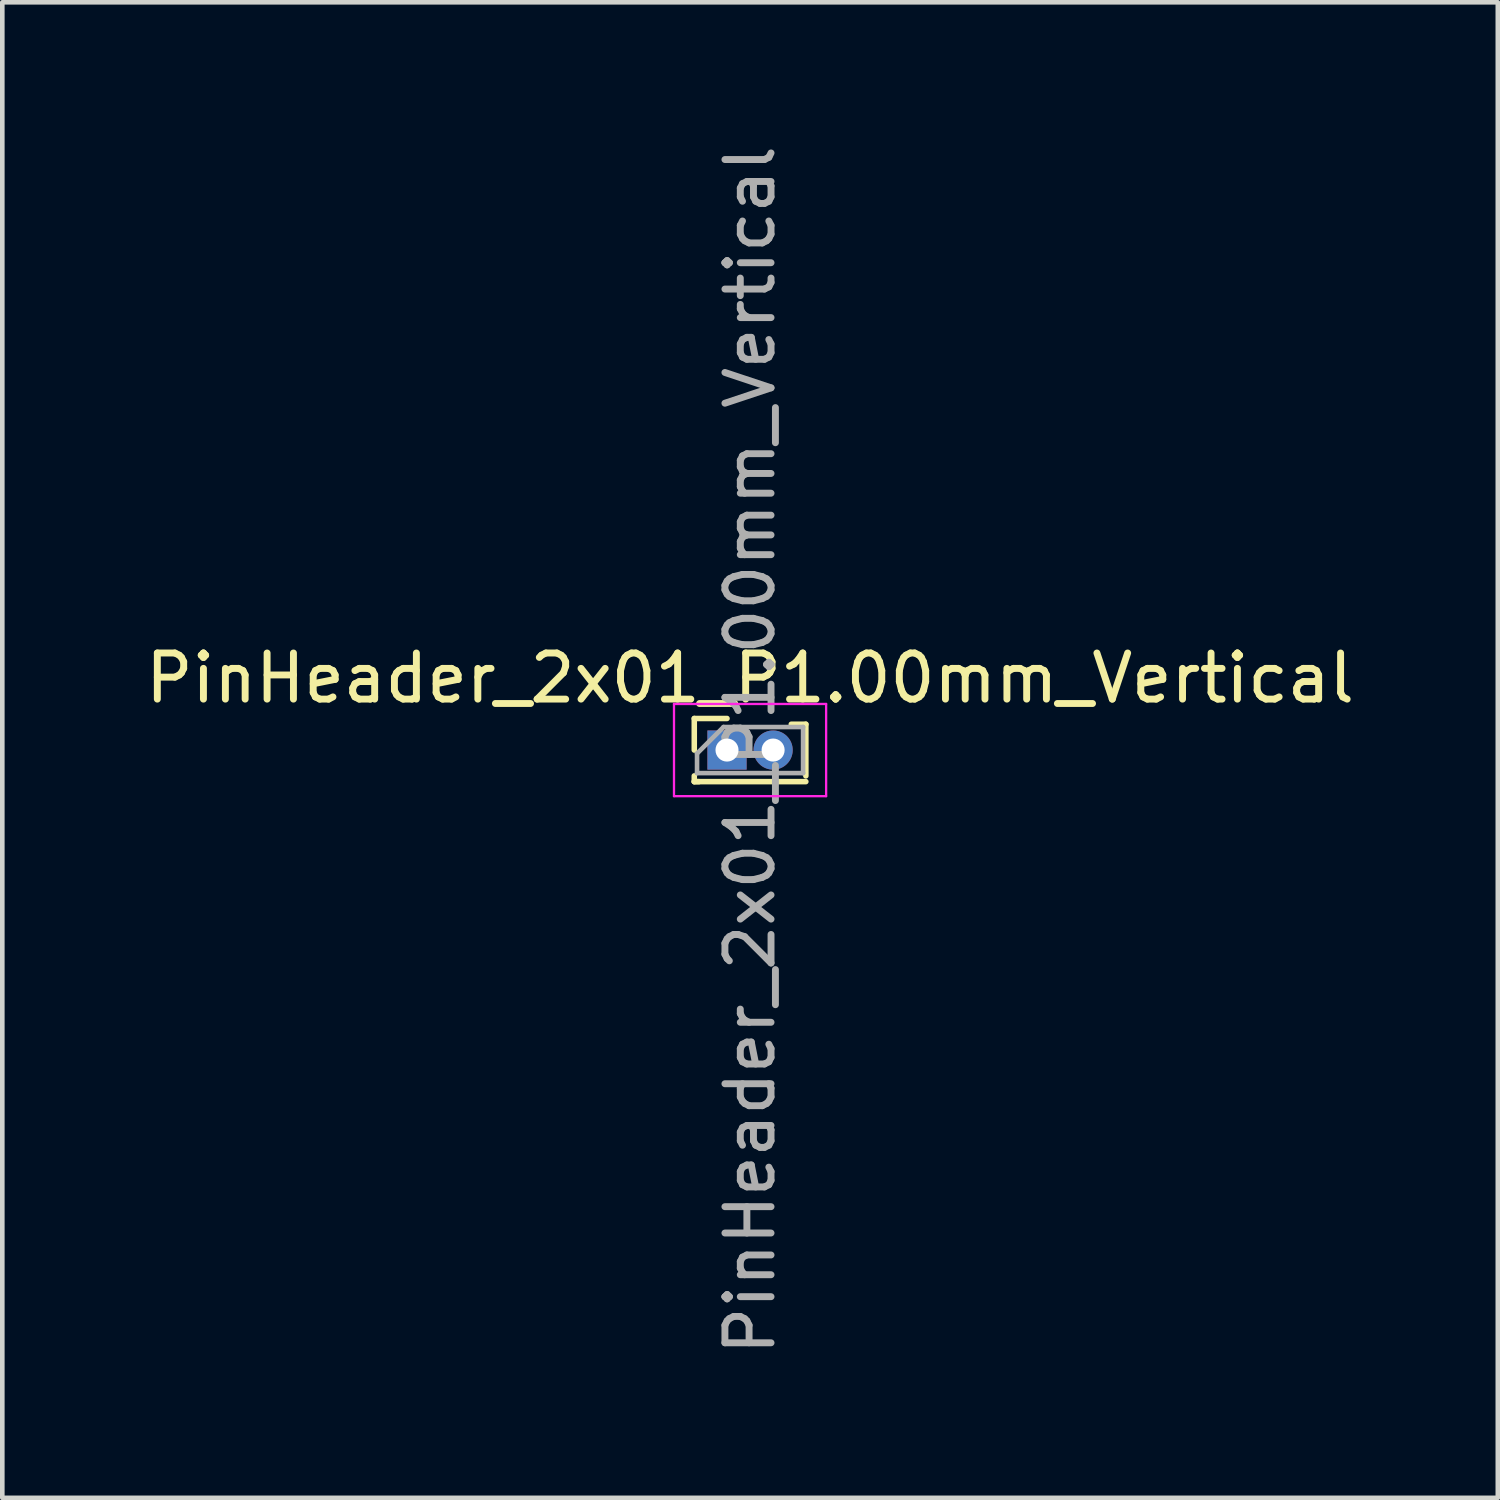
<source format=kicad_pcb>
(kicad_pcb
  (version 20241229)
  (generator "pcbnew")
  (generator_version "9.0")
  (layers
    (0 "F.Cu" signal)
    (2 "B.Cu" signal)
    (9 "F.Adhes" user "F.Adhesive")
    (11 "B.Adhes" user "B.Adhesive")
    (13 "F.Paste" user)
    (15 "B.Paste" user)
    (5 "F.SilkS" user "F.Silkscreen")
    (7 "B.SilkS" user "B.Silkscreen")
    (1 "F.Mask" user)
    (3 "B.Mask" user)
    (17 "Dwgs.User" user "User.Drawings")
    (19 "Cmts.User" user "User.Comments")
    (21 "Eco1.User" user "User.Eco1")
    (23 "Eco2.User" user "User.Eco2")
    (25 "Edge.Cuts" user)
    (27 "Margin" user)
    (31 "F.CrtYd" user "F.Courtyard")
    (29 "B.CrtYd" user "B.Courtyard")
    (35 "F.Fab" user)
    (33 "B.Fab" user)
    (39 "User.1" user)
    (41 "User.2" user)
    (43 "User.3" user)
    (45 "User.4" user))
  (footprint "PinHeader_2x01_P1.00mm_Vertical"
    (layer "F.Cu")
    (at 12.72 13.22)
    (property "Reference" "PinHeader_2x01_P1.00mm_Vertical" (at 0.5 -1.56 0) (layer "F.SilkS") (effects (font (size 1 1) (thickness 0.15))))
    (attr through_hole)
    (fp_line (start -0.71 -0.685) (end 0 -0.685) (stroke (width 0.12) (type solid)) (layer "F.SilkS"))
    (fp_line (start -0.71 0) (end -0.71 -0.685) (stroke (width 0.12) (type solid)) (layer "F.SilkS"))
    (fp_line (start -0.71 0.685) (end -0.71 0.56) (stroke (width 0.12) (type solid)) (layer "F.SilkS"))
    (fp_line (start -0.71 0.685) (end -0.608 0.685) (stroke (width 0.12) (type solid)) (layer "F.SilkS"))
    (fp_line (start -0.71 0.685) (end 1.71 0.685) (stroke (width 0.12) (type solid)) (layer "F.SilkS"))
    (fp_line (start 1.394 -0.56) (end 1.71 -0.56) (stroke (width 0.12) (type solid)) (layer "F.SilkS"))
    (fp_line (start 1.71 -0.56) (end 1.71 0.56) (stroke (width 0.12) (type solid)) (layer "F.SilkS"))
    (fp_line (start -1.15 -1) (end -1.15 1) (stroke (width 0.05) (type solid)) (layer "F.CrtYd"))
    (fp_line (start -1.15 1) (end 2.15 1) (stroke (width 0.05) (type solid)) (layer "F.CrtYd"))
    (fp_line (start 2.15 -1) (end -1.15 -1) (stroke (width 0.05) (type solid)) (layer "F.CrtYd"))
    (fp_line (start 2.15 1) (end 2.15 -1) (stroke (width 0.05) (type solid)) (layer "F.CrtYd"))
    (fp_line (start -0.65 0.075) (end -0.075 -0.5) (stroke (width 0.1) (type solid)) (layer "F.Fab"))
    (fp_line (start -0.65 0.5) (end -0.65 0.075) (stroke (width 0.1) (type solid)) (layer "F.Fab"))
    (fp_line (start -0.075 -0.5) (end 1.65 -0.5) (stroke (width 0.1) (type solid)) (layer "F.Fab"))
    (fp_line (start 1.65 -0.5) (end 1.65 0.5) (stroke (width 0.1) (type solid)) (layer "F.Fab"))
    (fp_line (start 1.65 0.5) (end -0.65 0.5) (stroke (width 0.1) (type solid)) (layer "F.Fab"))
    (fp_text user "${REFERENCE}" (at 0.5 0 90) (layer "F.Fab") (effects (font (size 1 1) (thickness 0.15))))
    (pad "1" thru_hole rect (at 0 0) (size 0.85 0.85) (drill 0.5) (layers "*.Cu" "*.Mask"))
    (pad "2" thru_hole oval (at 1 0) (size 0.85 0.85) (drill 0.5) (layers "*.Cu" "*.Mask")))
  (gr_rect
    (start -3 -3)
    (end 29.44 29.44)
    (stroke (width 0.1) (type default))
    (fill no)
    (layer "Edge.Cuts")))
</source>
